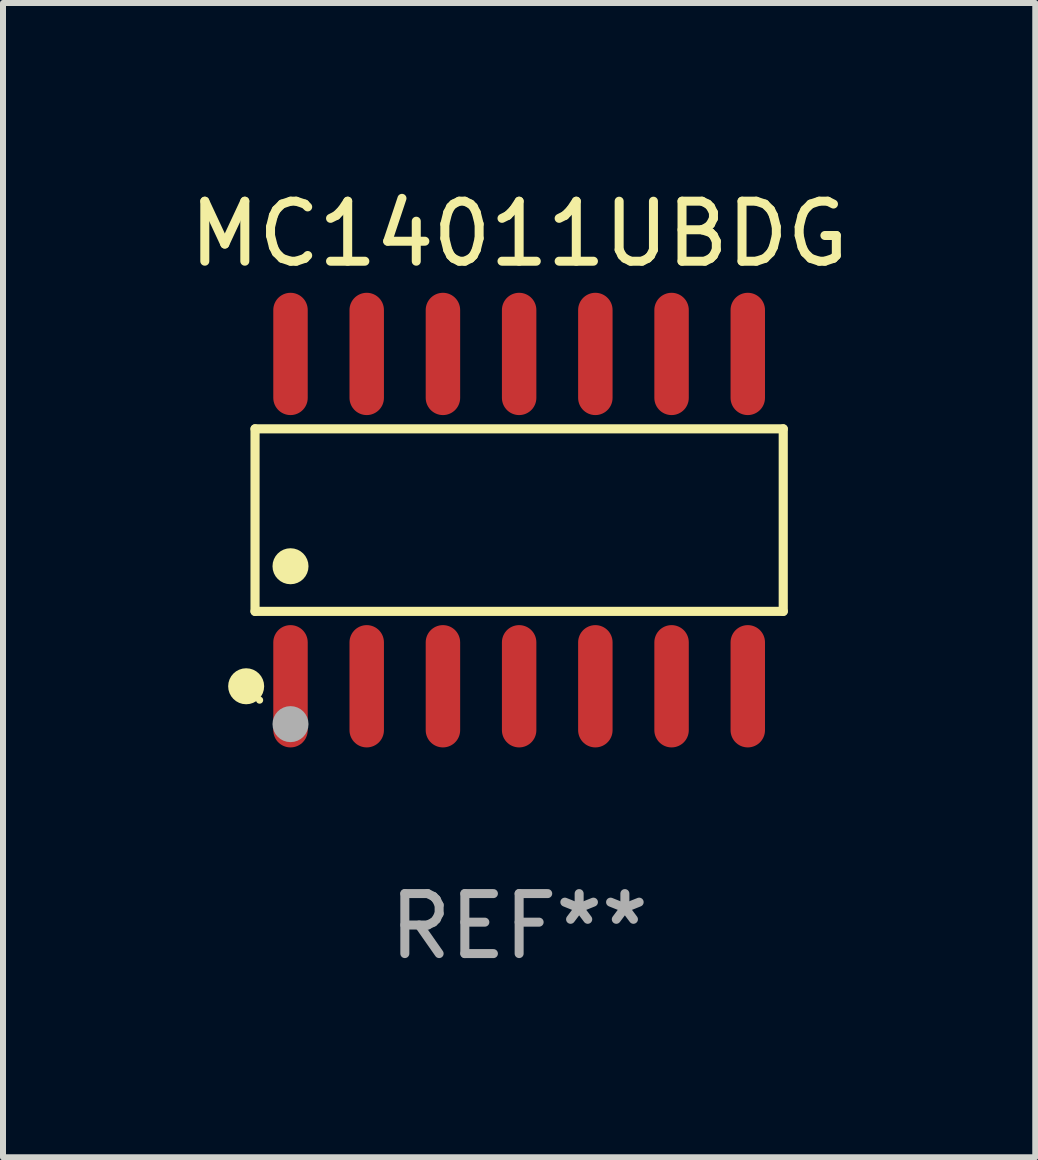
<source format=kicad_pcb>
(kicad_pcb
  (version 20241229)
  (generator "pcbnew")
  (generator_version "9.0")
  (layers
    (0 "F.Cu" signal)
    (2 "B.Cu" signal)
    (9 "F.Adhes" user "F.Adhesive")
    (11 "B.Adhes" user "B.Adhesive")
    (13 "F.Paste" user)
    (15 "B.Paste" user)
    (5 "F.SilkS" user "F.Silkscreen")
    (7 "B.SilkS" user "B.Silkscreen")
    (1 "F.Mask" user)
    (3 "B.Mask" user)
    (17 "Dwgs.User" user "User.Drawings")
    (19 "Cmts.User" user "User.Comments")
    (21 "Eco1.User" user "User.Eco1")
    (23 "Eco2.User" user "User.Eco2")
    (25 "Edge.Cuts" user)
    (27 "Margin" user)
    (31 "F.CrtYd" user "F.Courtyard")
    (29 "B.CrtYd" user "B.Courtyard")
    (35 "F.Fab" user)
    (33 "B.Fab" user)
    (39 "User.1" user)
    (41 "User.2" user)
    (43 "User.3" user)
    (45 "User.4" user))
  (footprint "MC14011UBDG"
    (layer "F.Cu")
    (at 5.601 5.617)
    (property "Reference" "MC14011UBDG" (at 0 -4.769 0) (layer "F.SilkS") (effects (font (size 1 1) (thickness 0.15))))
    (attr through_hole)
    (fp_line (start -4.401 -1.521) (end 4.401 -1.521) (stroke (width 0.152) (type solid)) (layer "F.SilkS"))
    (fp_line (start -4.401 1.521) (end -4.401 -1.521) (stroke (width 0.152) (type solid)) (layer "F.SilkS"))
    (fp_line (start 4.401 -1.521) (end 4.401 1.521) (stroke (width 0.152) (type solid)) (layer "F.SilkS"))
    (fp_line (start 4.401 1.521) (end -4.401 1.521) (stroke (width 0.152) (type solid)) (layer "F.SilkS"))
    (fp_circle (center -4.549 2.769) (end -4.399 2.769) (stroke (width 0.3) (type solid)) (fill no) (layer "F.SilkS"))
    (fp_circle (center -4.325 3) (end -4.295 3) (stroke (width 0.06) (type solid)) (fill no) (layer "F.SilkS"))
    (fp_circle (center -3.81 0.769) (end -3.66 0.769) (stroke (width 0.3) (type solid)) (fill no) (layer "F.SilkS"))
    (fp_circle (center -3.81 3.4) (end -3.66 3.4) (stroke (width 0.3) (type solid)) (fill no) (layer "F.Fab"))
    (fp_text user "REF**" (at 0 6.769 0) (layer "F.Fab") (effects (font (size 1 1) (thickness 0.15))))
    (pad "1" smd oval (at -3.81 2.769) (size 0.574 2.038) (layers "F.Cu" "F.Mask" "F.Paste"))
    (pad "2" smd oval (at -2.54 2.769) (size 0.574 2.038) (layers "F.Cu" "F.Mask" "F.Paste"))
    (pad "3" smd oval (at -1.27 2.769) (size 0.574 2.038) (layers "F.Cu" "F.Mask" "F.Paste"))
    (pad "4" smd oval (at 0 2.769) (size 0.574 2.038) (layers "F.Cu" "F.Mask" "F.Paste"))
    (pad "5" smd oval (at 1.27 2.769) (size 0.574 2.038) (layers "F.Cu" "F.Mask" "F.Paste"))
    (pad "6" smd oval (at 2.54 2.769) (size 0.574 2.038) (layers "F.Cu" "F.Mask" "F.Paste"))
    (pad "7" smd oval (at 3.81 2.769) (size 0.574 2.038) (layers "F.Cu" "F.Mask" "F.Paste"))
    (pad "8" smd oval (at 3.81 -2.769) (size 0.574 2.038) (layers "F.Cu" "F.Mask" "F.Paste"))
    (pad "9" smd oval (at 2.54 -2.769) (size 0.574 2.038) (layers "F.Cu" "F.Mask" "F.Paste"))
    (pad "10" smd oval (at 1.27 -2.769) (size 0.574 2.038) (layers "F.Cu" "F.Mask" "F.Paste"))
    (pad "11" smd oval (at 0 -2.769) (size 0.574 2.038) (layers "F.Cu" "F.Mask" "F.Paste"))
    (pad "12" smd oval (at -1.27 -2.769) (size 0.574 2.038) (layers "F.Cu" "F.Mask" "F.Paste"))
    (pad "13" smd oval (at -2.54 -2.769) (size 0.574 2.038) (layers "F.Cu" "F.Mask" "F.Paste"))
    (pad "14" smd oval (at -3.81 -2.769) (size 0.574 2.038) (layers "F.Cu" "F.Mask" "F.Paste")))
  (gr_rect
    (start -3 -3)
    (end 14.202 16.235)
    (stroke (width 0.1) (type default))
    (fill no)
    (layer "Edge.Cuts")))
</source>
